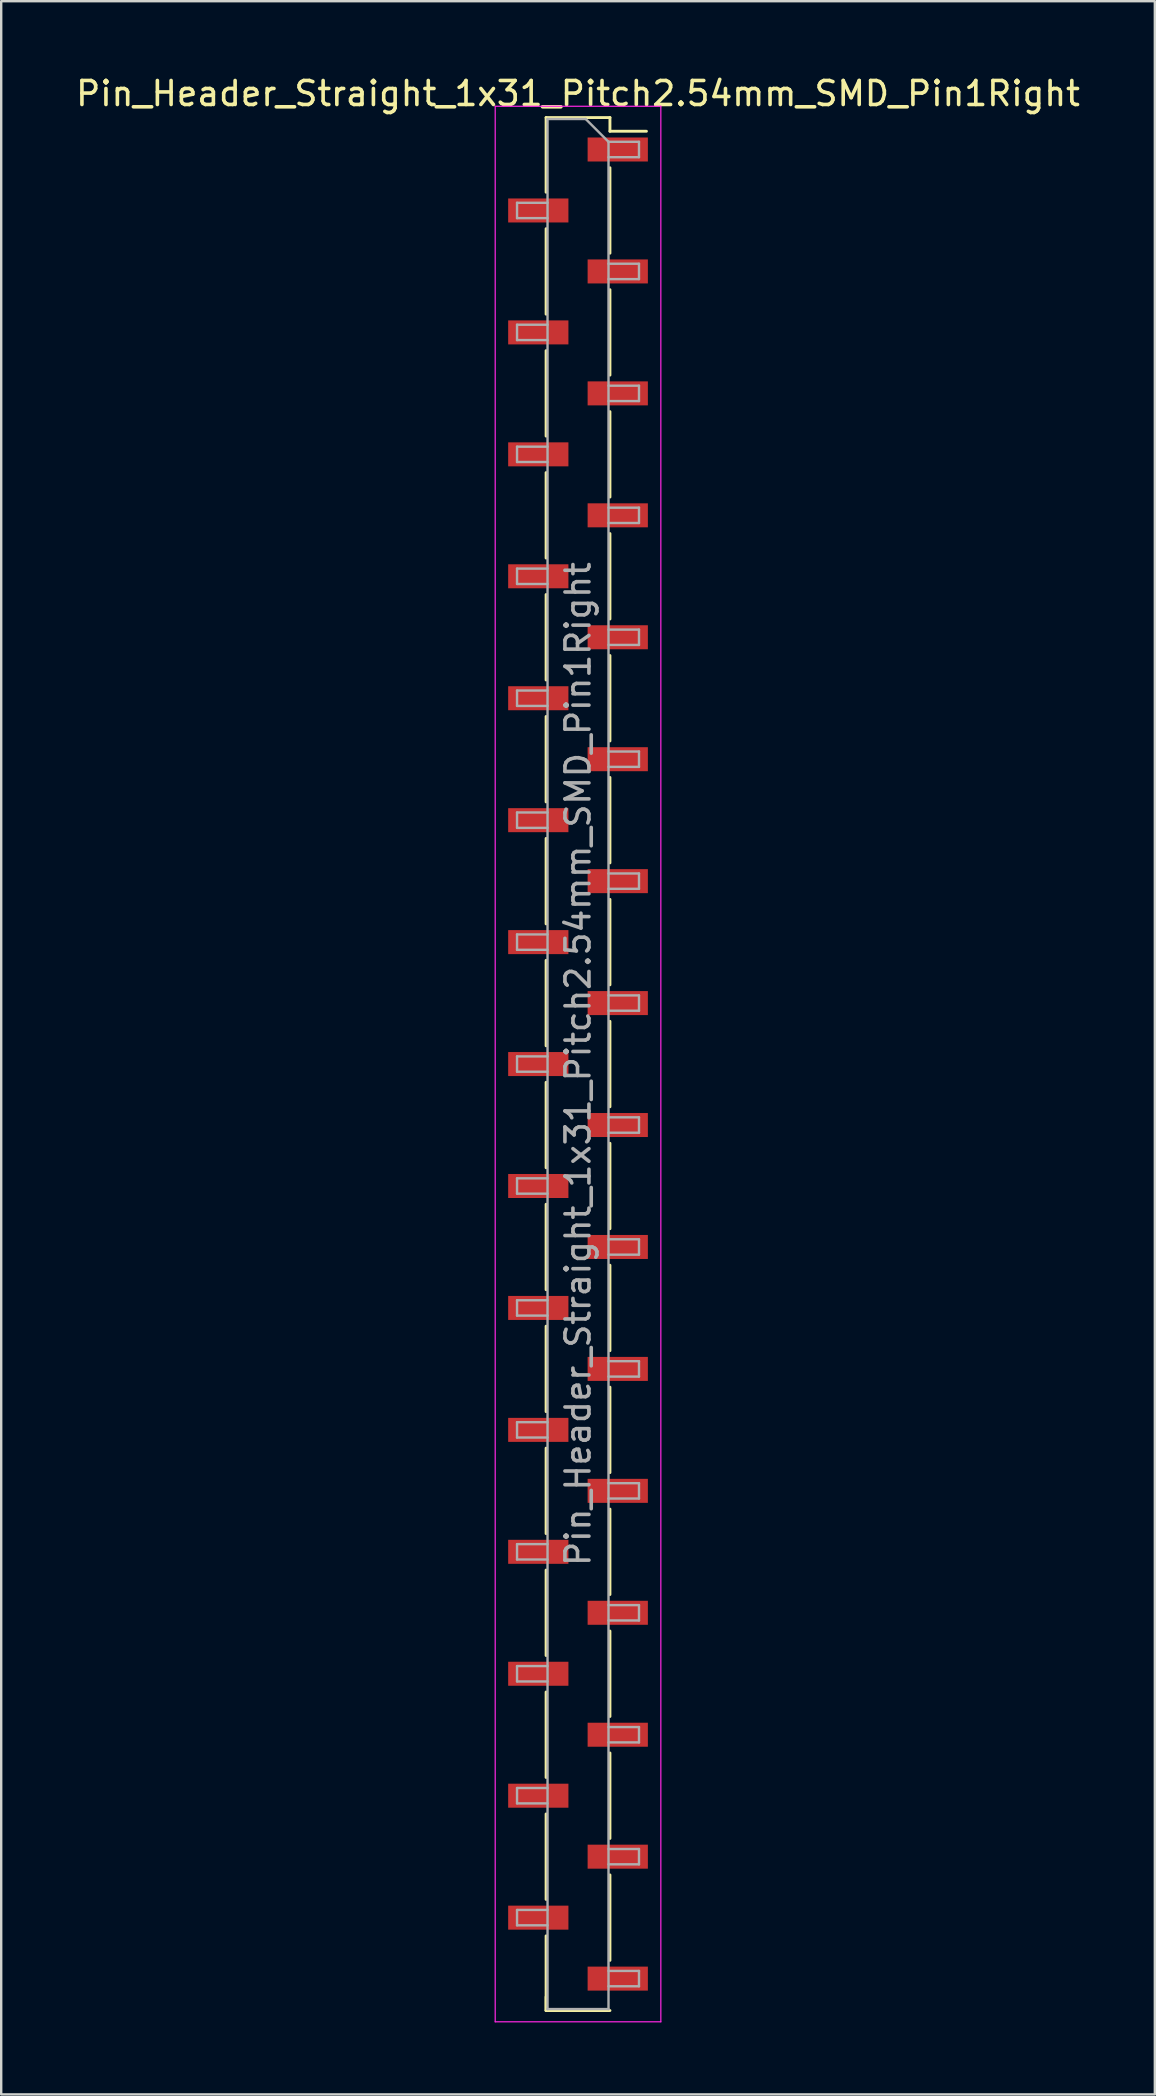
<source format=kicad_pcb>
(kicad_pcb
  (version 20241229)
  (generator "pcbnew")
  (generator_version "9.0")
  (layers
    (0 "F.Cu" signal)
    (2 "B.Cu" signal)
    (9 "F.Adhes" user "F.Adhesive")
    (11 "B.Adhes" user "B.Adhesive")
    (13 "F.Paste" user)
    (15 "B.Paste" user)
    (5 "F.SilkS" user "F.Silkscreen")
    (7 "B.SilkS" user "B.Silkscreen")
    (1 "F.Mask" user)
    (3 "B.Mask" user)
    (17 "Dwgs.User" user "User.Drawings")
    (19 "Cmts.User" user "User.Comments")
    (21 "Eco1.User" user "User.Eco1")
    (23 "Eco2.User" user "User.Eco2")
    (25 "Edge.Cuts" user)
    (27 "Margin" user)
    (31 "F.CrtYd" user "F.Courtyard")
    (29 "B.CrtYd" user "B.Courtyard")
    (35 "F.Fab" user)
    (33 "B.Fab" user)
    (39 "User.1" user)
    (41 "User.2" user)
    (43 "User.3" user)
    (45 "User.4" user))
  (footprint "Pin_Header_Straight_1x31_Pitch2.54mm_SMD_Pin1Right"
    (layer "F.Cu")
    (at 21.03 41.278)
    (property "Reference" "Pin_Header_Straight_1x31_Pitch2.54mm_SMD_Pin1Right" (at 0 -40.43 0) (layer "F.SilkS") (effects (font (size 1 1) (thickness 0.15))))
    (attr smd)
    (fp_line (start -1.33 -39.43) (end -1.33 -36.32) (stroke (width 0.12) (type solid)) (layer "F.SilkS"))
    (fp_line (start -1.33 -39.43) (end 1.33 -39.43) (stroke (width 0.12) (type solid)) (layer "F.SilkS"))
    (fp_line (start -1.33 -34.8) (end -1.33 -31.24) (stroke (width 0.12) (type solid)) (layer "F.SilkS"))
    (fp_line (start -1.33 -29.72) (end -1.33 -26.16) (stroke (width 0.12) (type solid)) (layer "F.SilkS"))
    (fp_line (start -1.33 -24.64) (end -1.33 -21.08) (stroke (width 0.12) (type solid)) (layer "F.SilkS"))
    (fp_line (start -1.33 -19.56) (end -1.33 -16) (stroke (width 0.12) (type solid)) (layer "F.SilkS"))
    (fp_line (start -1.33 -14.48) (end -1.33 -10.92) (stroke (width 0.12) (type solid)) (layer "F.SilkS"))
    (fp_line (start -1.33 -9.4) (end -1.33 -5.84) (stroke (width 0.12) (type solid)) (layer "F.SilkS"))
    (fp_line (start -1.33 -4.32) (end -1.33 -0.76) (stroke (width 0.12) (type solid)) (layer "F.SilkS"))
    (fp_line (start -1.33 0.76) (end -1.33 4.32) (stroke (width 0.12) (type solid)) (layer "F.SilkS"))
    (fp_line (start -1.33 5.84) (end -1.33 9.4) (stroke (width 0.12) (type solid)) (layer "F.SilkS"))
    (fp_line (start -1.33 10.92) (end -1.33 14.48) (stroke (width 0.12) (type solid)) (layer "F.SilkS"))
    (fp_line (start -1.33 16) (end -1.33 19.56) (stroke (width 0.12) (type solid)) (layer "F.SilkS"))
    (fp_line (start -1.33 21.08) (end -1.33 24.64) (stroke (width 0.12) (type solid)) (layer "F.SilkS"))
    (fp_line (start -1.33 26.16) (end -1.33 29.72) (stroke (width 0.12) (type solid)) (layer "F.SilkS"))
    (fp_line (start -1.33 31.24) (end -1.33 34.8) (stroke (width 0.12) (type solid)) (layer "F.SilkS"))
    (fp_line (start -1.33 36.32) (end -1.33 39.43) (stroke (width 0.12) (type solid)) (layer "F.SilkS"))
    (fp_line (start -1.33 38.86) (end -1.33 39.43) (stroke (width 0.12) (type solid)) (layer "F.SilkS"))
    (fp_line (start -1.33 39.43) (end 1.33 39.43) (stroke (width 0.12) (type solid)) (layer "F.SilkS"))
    (fp_line (start 1.33 -39.43) (end 1.33 -38.86) (stroke (width 0.12) (type solid)) (layer "F.SilkS"))
    (fp_line (start 1.33 -38.86) (end 2.85 -38.86) (stroke (width 0.12) (type solid)) (layer "F.SilkS"))
    (fp_line (start 1.33 -37.34) (end 1.33 -33.78) (stroke (width 0.12) (type solid)) (layer "F.SilkS"))
    (fp_line (start 1.33 -32.26) (end 1.33 -28.7) (stroke (width 0.12) (type solid)) (layer "F.SilkS"))
    (fp_line (start 1.33 -27.18) (end 1.33 -23.62) (stroke (width 0.12) (type solid)) (layer "F.SilkS"))
    (fp_line (start 1.33 -22.1) (end 1.33 -18.54) (stroke (width 0.12) (type solid)) (layer "F.SilkS"))
    (fp_line (start 1.33 -17.02) (end 1.33 -13.46) (stroke (width 0.12) (type solid)) (layer "F.SilkS"))
    (fp_line (start 1.33 -11.94) (end 1.33 -8.38) (stroke (width 0.12) (type solid)) (layer "F.SilkS"))
    (fp_line (start 1.33 -6.86) (end 1.33 -3.3) (stroke (width 0.12) (type solid)) (layer "F.SilkS"))
    (fp_line (start 1.33 -1.78) (end 1.33 1.78) (stroke (width 0.12) (type solid)) (layer "F.SilkS"))
    (fp_line (start 1.33 3.3) (end 1.33 6.86) (stroke (width 0.12) (type solid)) (layer "F.SilkS"))
    (fp_line (start 1.33 8.38) (end 1.33 11.94) (stroke (width 0.12) (type solid)) (layer "F.SilkS"))
    (fp_line (start 1.33 13.46) (end 1.33 17.02) (stroke (width 0.12) (type solid)) (layer "F.SilkS"))
    (fp_line (start 1.33 18.54) (end 1.33 22.1) (stroke (width 0.12) (type solid)) (layer "F.SilkS"))
    (fp_line (start 1.33 23.62) (end 1.33 27.18) (stroke (width 0.12) (type solid)) (layer "F.SilkS"))
    (fp_line (start 1.33 28.7) (end 1.33 32.26) (stroke (width 0.12) (type solid)) (layer "F.SilkS"))
    (fp_line (start 1.33 33.78) (end 1.33 37.34) (stroke (width 0.12) (type solid)) (layer "F.SilkS"))
    (fp_line (start -3.45 -39.9) (end -3.45 39.9) (stroke (width 0.05) (type solid)) (layer "F.CrtYd"))
    (fp_line (start -3.45 39.9) (end 3.45 39.9) (stroke (width 0.05) (type solid)) (layer "F.CrtYd"))
    (fp_line (start 3.45 -39.9) (end -3.45 -39.9) (stroke (width 0.05) (type solid)) (layer "F.CrtYd"))
    (fp_line (start 3.45 39.9) (end 3.45 -39.9) (stroke (width 0.05) (type solid)) (layer "F.CrtYd"))
    (fp_line (start -2.54 -35.88) (end -2.54 -35.24) (stroke (width 0.1) (type solid)) (layer "F.Fab"))
    (fp_line (start -2.54 -35.24) (end -1.27 -35.24) (stroke (width 0.1) (type solid)) (layer "F.Fab"))
    (fp_line (start -2.54 -30.8) (end -2.54 -30.16) (stroke (width 0.1) (type solid)) (layer "F.Fab"))
    (fp_line (start -2.54 -30.16) (end -1.27 -30.16) (stroke (width 0.1) (type solid)) (layer "F.Fab"))
    (fp_line (start -2.54 -25.72) (end -2.54 -25.08) (stroke (width 0.1) (type solid)) (layer "F.Fab"))
    (fp_line (start -2.54 -25.08) (end -1.27 -25.08) (stroke (width 0.1) (type solid)) (layer "F.Fab"))
    (fp_line (start -2.54 -20.64) (end -2.54 -20) (stroke (width 0.1) (type solid)) (layer "F.Fab"))
    (fp_line (start -2.54 -20) (end -1.27 -20) (stroke (width 0.1) (type solid)) (layer "F.Fab"))
    (fp_line (start -2.54 -15.56) (end -2.54 -14.92) (stroke (width 0.1) (type solid)) (layer "F.Fab"))
    (fp_line (start -2.54 -14.92) (end -1.27 -14.92) (stroke (width 0.1) (type solid)) (layer "F.Fab"))
    (fp_line (start -2.54 -10.48) (end -2.54 -9.84) (stroke (width 0.1) (type solid)) (layer "F.Fab"))
    (fp_line (start -2.54 -9.84) (end -1.27 -9.84) (stroke (width 0.1) (type solid)) (layer "F.Fab"))
    (fp_line (start -2.54 -5.4) (end -2.54 -4.76) (stroke (width 0.1) (type solid)) (layer "F.Fab"))
    (fp_line (start -2.54 -4.76) (end -1.27 -4.76) (stroke (width 0.1) (type solid)) (layer "F.Fab"))
    (fp_line (start -2.54 -0.32) (end -2.54 0.32) (stroke (width 0.1) (type solid)) (layer "F.Fab"))
    (fp_line (start -2.54 0.32) (end -1.27 0.32) (stroke (width 0.1) (type solid)) (layer "F.Fab"))
    (fp_line (start -2.54 4.76) (end -2.54 5.4) (stroke (width 0.1) (type solid)) (layer "F.Fab"))
    (fp_line (start -2.54 5.4) (end -1.27 5.4) (stroke (width 0.1) (type solid)) (layer "F.Fab"))
    (fp_line (start -2.54 9.84) (end -2.54 10.48) (stroke (width 0.1) (type solid)) (layer "F.Fab"))
    (fp_line (start -2.54 10.48) (end -1.27 10.48) (stroke (width 0.1) (type solid)) (layer "F.Fab"))
    (fp_line (start -2.54 14.92) (end -2.54 15.56) (stroke (width 0.1) (type solid)) (layer "F.Fab"))
    (fp_line (start -2.54 15.56) (end -1.27 15.56) (stroke (width 0.1) (type solid)) (layer "F.Fab"))
    (fp_line (start -2.54 20) (end -2.54 20.64) (stroke (width 0.1) (type solid)) (layer "F.Fab"))
    (fp_line (start -2.54 20.64) (end -1.27 20.64) (stroke (width 0.1) (type solid)) (layer "F.Fab"))
    (fp_line (start -2.54 25.08) (end -2.54 25.72) (stroke (width 0.1) (type solid)) (layer "F.Fab"))
    (fp_line (start -2.54 25.72) (end -1.27 25.72) (stroke (width 0.1) (type solid)) (layer "F.Fab"))
    (fp_line (start -2.54 30.16) (end -2.54 30.8) (stroke (width 0.1) (type solid)) (layer "F.Fab"))
    (fp_line (start -2.54 30.8) (end -1.27 30.8) (stroke (width 0.1) (type solid)) (layer "F.Fab"))
    (fp_line (start -2.54 35.24) (end -2.54 35.88) (stroke (width 0.1) (type solid)) (layer "F.Fab"))
    (fp_line (start -2.54 35.88) (end -1.27 35.88) (stroke (width 0.1) (type solid)) (layer "F.Fab"))
    (fp_line (start -1.27 -39.37) (end -1.27 39.37) (stroke (width 0.1) (type solid)) (layer "F.Fab"))
    (fp_line (start -1.27 -39.37) (end 0.32 -39.37) (stroke (width 0.1) (type solid)) (layer "F.Fab"))
    (fp_line (start -1.27 -35.88) (end -2.54 -35.88) (stroke (width 0.1) (type solid)) (layer "F.Fab"))
    (fp_line (start -1.27 -30.8) (end -2.54 -30.8) (stroke (width 0.1) (type solid)) (layer "F.Fab"))
    (fp_line (start -1.27 -25.72) (end -2.54 -25.72) (stroke (width 0.1) (type solid)) (layer "F.Fab"))
    (fp_line (start -1.27 -20.64) (end -2.54 -20.64) (stroke (width 0.1) (type solid)) (layer "F.Fab"))
    (fp_line (start -1.27 -15.56) (end -2.54 -15.56) (stroke (width 0.1) (type solid)) (layer "F.Fab"))
    (fp_line (start -1.27 -10.48) (end -2.54 -10.48) (stroke (width 0.1) (type solid)) (layer "F.Fab"))
    (fp_line (start -1.27 -5.4) (end -2.54 -5.4) (stroke (width 0.1) (type solid)) (layer "F.Fab"))
    (fp_line (start -1.27 -0.32) (end -2.54 -0.32) (stroke (width 0.1) (type solid)) (layer "F.Fab"))
    (fp_line (start -1.27 4.76) (end -2.54 4.76) (stroke (width 0.1) (type solid)) (layer "F.Fab"))
    (fp_line (start -1.27 9.84) (end -2.54 9.84) (stroke (width 0.1) (type solid)) (layer "F.Fab"))
    (fp_line (start -1.27 14.92) (end -2.54 14.92) (stroke (width 0.1) (type solid)) (layer "F.Fab"))
    (fp_line (start -1.27 20) (end -2.54 20) (stroke (width 0.1) (type solid)) (layer "F.Fab"))
    (fp_line (start -1.27 25.08) (end -2.54 25.08) (stroke (width 0.1) (type solid)) (layer "F.Fab"))
    (fp_line (start -1.27 30.16) (end -2.54 30.16) (stroke (width 0.1) (type solid)) (layer "F.Fab"))
    (fp_line (start -1.27 35.24) (end -2.54 35.24) (stroke (width 0.1) (type solid)) (layer "F.Fab"))
    (fp_line (start 1.27 -38.42) (end 0.32 -39.37) (stroke (width 0.1) (type solid)) (layer "F.Fab"))
    (fp_line (start 1.27 -38.42) (end 2.54 -38.42) (stroke (width 0.1) (type solid)) (layer "F.Fab"))
    (fp_line (start 1.27 -33.34) (end 2.54 -33.34) (stroke (width 0.1) (type solid)) (layer "F.Fab"))
    (fp_line (start 1.27 -28.26) (end 2.54 -28.26) (stroke (width 0.1) (type solid)) (layer "F.Fab"))
    (fp_line (start 1.27 -23.18) (end 2.54 -23.18) (stroke (width 0.1) (type solid)) (layer "F.Fab"))
    (fp_line (start 1.27 -18.1) (end 2.54 -18.1) (stroke (width 0.1) (type solid)) (layer "F.Fab"))
    (fp_line (start 1.27 -13.02) (end 2.54 -13.02) (stroke (width 0.1) (type solid)) (layer "F.Fab"))
    (fp_line (start 1.27 -7.94) (end 2.54 -7.94) (stroke (width 0.1) (type solid)) (layer "F.Fab"))
    (fp_line (start 1.27 -2.86) (end 2.54 -2.86) (stroke (width 0.1) (type solid)) (layer "F.Fab"))
    (fp_line (start 1.27 2.22) (end 2.54 2.22) (stroke (width 0.1) (type solid)) (layer "F.Fab"))
    (fp_line (start 1.27 7.3) (end 2.54 7.3) (stroke (width 0.1) (type solid)) (layer "F.Fab"))
    (fp_line (start 1.27 12.38) (end 2.54 12.38) (stroke (width 0.1) (type solid)) (layer "F.Fab"))
    (fp_line (start 1.27 17.46) (end 2.54 17.46) (stroke (width 0.1) (type solid)) (layer "F.Fab"))
    (fp_line (start 1.27 22.54) (end 2.54 22.54) (stroke (width 0.1) (type solid)) (layer "F.Fab"))
    (fp_line (start 1.27 27.62) (end 2.54 27.62) (stroke (width 0.1) (type solid)) (layer "F.Fab"))
    (fp_line (start 1.27 32.7) (end 2.54 32.7) (stroke (width 0.1) (type solid)) (layer "F.Fab"))
    (fp_line (start 1.27 37.78) (end 2.54 37.78) (stroke (width 0.1) (type solid)) (layer "F.Fab"))
    (fp_line (start 1.27 39.37) (end -1.27 39.37) (stroke (width 0.1) (type solid)) (layer "F.Fab"))
    (fp_line (start 1.27 39.37) (end 1.27 -38.42) (stroke (width 0.1) (type solid)) (layer "F.Fab"))
    (fp_line (start 2.54 -38.42) (end 2.54 -37.78) (stroke (width 0.1) (type solid)) (layer "F.Fab"))
    (fp_line (start 2.54 -37.78) (end 1.27 -37.78) (stroke (width 0.1) (type solid)) (layer "F.Fab"))
    (fp_line (start 2.54 -33.34) (end 2.54 -32.7) (stroke (width 0.1) (type solid)) (layer "F.Fab"))
    (fp_line (start 2.54 -32.7) (end 1.27 -32.7) (stroke (width 0.1) (type solid)) (layer "F.Fab"))
    (fp_line (start 2.54 -28.26) (end 2.54 -27.62) (stroke (width 0.1) (type solid)) (layer "F.Fab"))
    (fp_line (start 2.54 -27.62) (end 1.27 -27.62) (stroke (width 0.1) (type solid)) (layer "F.Fab"))
    (fp_line (start 2.54 -23.18) (end 2.54 -22.54) (stroke (width 0.1) (type solid)) (layer "F.Fab"))
    (fp_line (start 2.54 -22.54) (end 1.27 -22.54) (stroke (width 0.1) (type solid)) (layer "F.Fab"))
    (fp_line (start 2.54 -18.1) (end 2.54 -17.46) (stroke (width 0.1) (type solid)) (layer "F.Fab"))
    (fp_line (start 2.54 -17.46) (end 1.27 -17.46) (stroke (width 0.1) (type solid)) (layer "F.Fab"))
    (fp_line (start 2.54 -13.02) (end 2.54 -12.38) (stroke (width 0.1) (type solid)) (layer "F.Fab"))
    (fp_line (start 2.54 -12.38) (end 1.27 -12.38) (stroke (width 0.1) (type solid)) (layer "F.Fab"))
    (fp_line (start 2.54 -7.94) (end 2.54 -7.3) (stroke (width 0.1) (type solid)) (layer "F.Fab"))
    (fp_line (start 2.54 -7.3) (end 1.27 -7.3) (stroke (width 0.1) (type solid)) (layer "F.Fab"))
    (fp_line (start 2.54 -2.86) (end 2.54 -2.22) (stroke (width 0.1) (type solid)) (layer "F.Fab"))
    (fp_line (start 2.54 -2.22) (end 1.27 -2.22) (stroke (width 0.1) (type solid)) (layer "F.Fab"))
    (fp_line (start 2.54 2.22) (end 2.54 2.86) (stroke (width 0.1) (type solid)) (layer "F.Fab"))
    (fp_line (start 2.54 2.86) (end 1.27 2.86) (stroke (width 0.1) (type solid)) (layer "F.Fab"))
    (fp_line (start 2.54 7.3) (end 2.54 7.94) (stroke (width 0.1) (type solid)) (layer "F.Fab"))
    (fp_line (start 2.54 7.94) (end 1.27 7.94) (stroke (width 0.1) (type solid)) (layer "F.Fab"))
    (fp_line (start 2.54 12.38) (end 2.54 13.02) (stroke (width 0.1) (type solid)) (layer "F.Fab"))
    (fp_line (start 2.54 13.02) (end 1.27 13.02) (stroke (width 0.1) (type solid)) (layer "F.Fab"))
    (fp_line (start 2.54 17.46) (end 2.54 18.1) (stroke (width 0.1) (type solid)) (layer "F.Fab"))
    (fp_line (start 2.54 18.1) (end 1.27 18.1) (stroke (width 0.1) (type solid)) (layer "F.Fab"))
    (fp_line (start 2.54 22.54) (end 2.54 23.18) (stroke (width 0.1) (type solid)) (layer "F.Fab"))
    (fp_line (start 2.54 23.18) (end 1.27 23.18) (stroke (width 0.1) (type solid)) (layer "F.Fab"))
    (fp_line (start 2.54 27.62) (end 2.54 28.26) (stroke (width 0.1) (type solid)) (layer "F.Fab"))
    (fp_line (start 2.54 28.26) (end 1.27 28.26) (stroke (width 0.1) (type solid)) (layer "F.Fab"))
    (fp_line (start 2.54 32.7) (end 2.54 33.34) (stroke (width 0.1) (type solid)) (layer "F.Fab"))
    (fp_line (start 2.54 33.34) (end 1.27 33.34) (stroke (width 0.1) (type solid)) (layer "F.Fab"))
    (fp_line (start 2.54 37.78) (end 2.54 38.42) (stroke (width 0.1) (type solid)) (layer "F.Fab"))
    (fp_line (start 2.54 38.42) (end 1.27 38.42) (stroke (width 0.1) (type solid)) (layer "F.Fab"))
    (fp_text user "${REFERENCE}" (at 0 0 90) (layer "F.Fab") (effects (font (size 1 1) (thickness 0.15))))
    (pad "1" smd rect (at 1.655 -38.1) (size 2.51 1) (layers "F.Cu" "F.Mask" "F.Paste"))
    (pad "2" smd rect (at -1.655 -35.56) (size 2.51 1) (layers "F.Cu" "F.Mask" "F.Paste"))
    (pad "3" smd rect (at 1.655 -33.02) (size 2.51 1) (layers "F.Cu" "F.Mask" "F.Paste"))
    (pad "4" smd rect (at -1.655 -30.48) (size 2.51 1) (layers "F.Cu" "F.Mask" "F.Paste"))
    (pad "5" smd rect (at 1.655 -27.94) (size 2.51 1) (layers "F.Cu" "F.Mask" "F.Paste"))
    (pad "6" smd rect (at -1.655 -25.4) (size 2.51 1) (layers "F.Cu" "F.Mask" "F.Paste"))
    (pad "7" smd rect (at 1.655 -22.86) (size 2.51 1) (layers "F.Cu" "F.Mask" "F.Paste"))
    (pad "8" smd rect (at -1.655 -20.32) (size 2.51 1) (layers "F.Cu" "F.Mask" "F.Paste"))
    (pad "9" smd rect (at 1.655 -17.78) (size 2.51 1) (layers "F.Cu" "F.Mask" "F.Paste"))
    (pad "10" smd rect (at -1.655 -15.24) (size 2.51 1) (layers "F.Cu" "F.Mask" "F.Paste"))
    (pad "11" smd rect (at 1.655 -12.7) (size 2.51 1) (layers "F.Cu" "F.Mask" "F.Paste"))
    (pad "12" smd rect (at -1.655 -10.16) (size 2.51 1) (layers "F.Cu" "F.Mask" "F.Paste"))
    (pad "13" smd rect (at 1.655 -7.62) (size 2.51 1) (layers "F.Cu" "F.Mask" "F.Paste"))
    (pad "14" smd rect (at -1.655 -5.08) (size 2.51 1) (layers "F.Cu" "F.Mask" "F.Paste"))
    (pad "15" smd rect (at 1.655 -2.54) (size 2.51 1) (layers "F.Cu" "F.Mask" "F.Paste"))
    (pad "16" smd rect (at -1.655 0) (size 2.51 1) (layers "F.Cu" "F.Mask" "F.Paste"))
    (pad "17" smd rect (at 1.655 2.54) (size 2.51 1) (layers "F.Cu" "F.Mask" "F.Paste"))
    (pad "18" smd rect (at -1.655 5.08) (size 2.51 1) (layers "F.Cu" "F.Mask" "F.Paste"))
    (pad "19" smd rect (at 1.655 7.62) (size 2.51 1) (layers "F.Cu" "F.Mask" "F.Paste"))
    (pad "20" smd rect (at -1.655 10.16) (size 2.51 1) (layers "F.Cu" "F.Mask" "F.Paste"))
    (pad "21" smd rect (at 1.655 12.7) (size 2.51 1) (layers "F.Cu" "F.Mask" "F.Paste"))
    (pad "22" smd rect (at -1.655 15.24) (size 2.51 1) (layers "F.Cu" "F.Mask" "F.Paste"))
    (pad "23" smd rect (at 1.655 17.78) (size 2.51 1) (layers "F.Cu" "F.Mask" "F.Paste"))
    (pad "24" smd rect (at -1.655 20.32) (size 2.51 1) (layers "F.Cu" "F.Mask" "F.Paste"))
    (pad "25" smd rect (at 1.655 22.86) (size 2.51 1) (layers "F.Cu" "F.Mask" "F.Paste"))
    (pad "26" smd rect (at -1.655 25.4) (size 2.51 1) (layers "F.Cu" "F.Mask" "F.Paste"))
    (pad "27" smd rect (at 1.655 27.94) (size 2.51 1) (layers "F.Cu" "F.Mask" "F.Paste"))
    (pad "28" smd rect (at -1.655 30.48) (size 2.51 1) (layers "F.Cu" "F.Mask" "F.Paste"))
    (pad "29" smd rect (at 1.655 33.02) (size 2.51 1) (layers "F.Cu" "F.Mask" "F.Paste"))
    (pad "30" smd rect (at -1.655 35.56) (size 2.51 1) (layers "F.Cu" "F.Mask" "F.Paste"))
    (pad "31" smd rect (at 1.655 38.1) (size 2.51 1) (layers "F.Cu" "F.Mask" "F.Paste")))
  (gr_rect
    (start -3 -3)
    (end 45.06 84.203)
    (stroke (width 0.1) (type default))
    (fill no)
    (layer "Edge.Cuts")))
</source>
